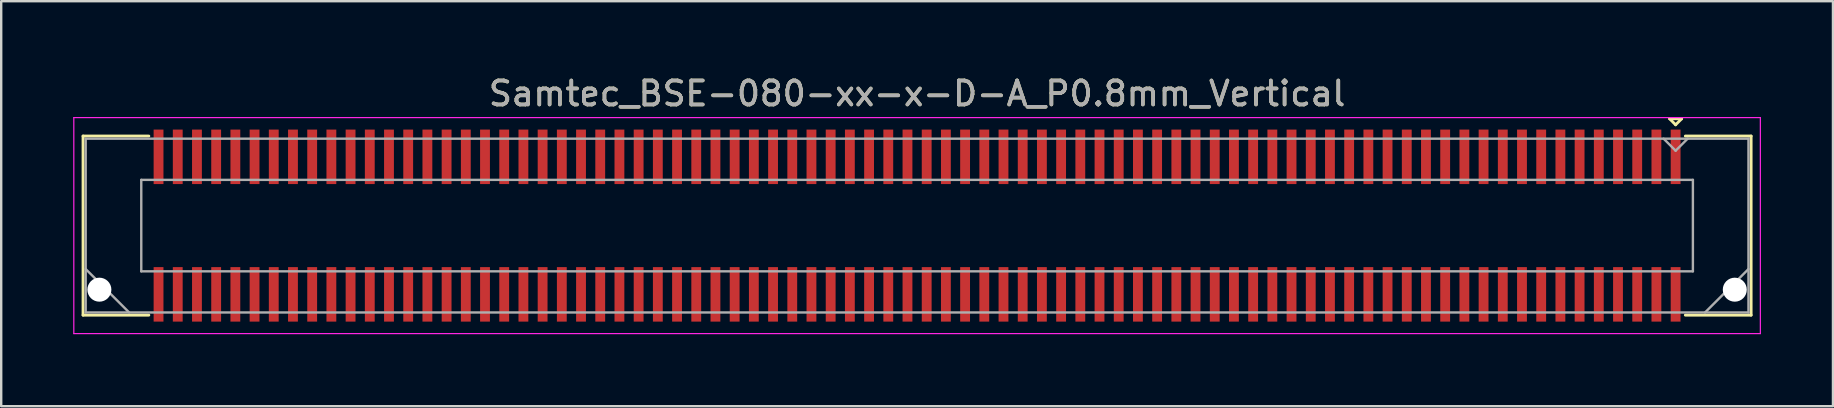
<source format=kicad_pcb>
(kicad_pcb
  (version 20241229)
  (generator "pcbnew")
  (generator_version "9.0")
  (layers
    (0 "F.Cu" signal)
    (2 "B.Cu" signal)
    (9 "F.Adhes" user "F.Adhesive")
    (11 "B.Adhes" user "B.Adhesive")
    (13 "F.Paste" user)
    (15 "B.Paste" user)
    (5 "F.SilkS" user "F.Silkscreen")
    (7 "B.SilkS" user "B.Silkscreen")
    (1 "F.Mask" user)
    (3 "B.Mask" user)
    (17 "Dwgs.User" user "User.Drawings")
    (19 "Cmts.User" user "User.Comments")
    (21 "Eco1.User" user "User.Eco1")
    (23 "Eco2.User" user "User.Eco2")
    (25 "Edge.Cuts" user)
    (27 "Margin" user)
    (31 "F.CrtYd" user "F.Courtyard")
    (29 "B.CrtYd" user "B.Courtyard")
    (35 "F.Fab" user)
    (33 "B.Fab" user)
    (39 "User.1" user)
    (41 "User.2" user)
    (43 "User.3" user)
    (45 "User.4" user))
  (footprint "Samtec_BSE-080-xx-x-D-A_P0.8mm_Vertical"
    (layer "F.Cu")
    (at 35.155 6.348)
    (property "Reference" "Samtec_BSE-080-xx-x-D-A_P0.8mm_Vertical" (at 0 -5.5 0) (layer "F.SilkS") (effects (font (size 1 1) (thickness 0.15))))
    (attr smd)
    (fp_line (start -34.745 -3.73) (end -32.005 -3.73) (stroke (width 0.12) (type solid)) (layer "F.SilkS"))
    (fp_line (start -34.745 3.73) (end -34.745 -3.73) (stroke (width 0.12) (type solid)) (layer "F.SilkS"))
    (fp_line (start -32.005 3.73) (end -34.745 3.73) (stroke (width 0.12) (type solid)) (layer "F.SilkS"))
    (fp_line (start 31.35 -4.45) (end 31.85 -4.45) (stroke (width 0.12) (type solid)) (layer "F.SilkS"))
    (fp_line (start 31.6 -4.2) (end 31.35 -4.45) (stroke (width 0.12) (type solid)) (layer "F.SilkS"))
    (fp_line (start 31.85 -4.45) (end 31.6 -4.2) (stroke (width 0.12) (type solid)) (layer "F.SilkS"))
    (fp_line (start 32.005 3.73) (end 34.745 3.73) (stroke (width 0.12) (type solid)) (layer "F.SilkS"))
    (fp_line (start 34.745 -3.73) (end 32.005 -3.73) (stroke (width 0.12) (type solid)) (layer "F.SilkS"))
    (fp_line (start 34.745 3.73) (end 34.745 -3.73) (stroke (width 0.12) (type solid)) (layer "F.SilkS"))
    (fp_line (start -35.13 -4.5) (end -35.13 4.5) (stroke (width 0.05) (type solid)) (layer "F.CrtYd"))
    (fp_line (start -35.13 4.5) (end 35.13 4.5) (stroke (width 0.05) (type solid)) (layer "F.CrtYd"))
    (fp_line (start 35.13 -4.5) (end -35.13 -4.5) (stroke (width 0.05) (type solid)) (layer "F.CrtYd"))
    (fp_line (start 35.13 4.5) (end 35.13 -4.5) (stroke (width 0.05) (type solid)) (layer "F.CrtYd"))
    (fp_line (start -34.635 -3.62) (end -34.635 3.62) (stroke (width 0.1) (type solid)) (layer "F.Fab"))
    (fp_line (start -34.635 1.81) (end -32.825 3.62) (stroke (width 0.1) (type solid)) (layer "F.Fab"))
    (fp_line (start -34.635 3.62) (end 34.635 3.62) (stroke (width 0.1) (type solid)) (layer "F.Fab"))
    (fp_line (start -32.32 -1.905) (end -32.32 1.905) (stroke (width 0.1) (type solid)) (layer "F.Fab"))
    (fp_line (start -32.32 1.905) (end 32.32 1.905) (stroke (width 0.1) (type solid)) (layer "F.Fab"))
    (fp_line (start 31.6 -3.12) (end 31.1 -3.62) (stroke (width 0.1) (type solid)) (layer "F.Fab"))
    (fp_line (start 32.1 -3.62) (end 31.6 -3.12) (stroke (width 0.1) (type solid)) (layer "F.Fab"))
    (fp_line (start 32.32 -1.905) (end -32.32 -1.905) (stroke (width 0.1) (type solid)) (layer "F.Fab"))
    (fp_line (start 32.32 1.905) (end 32.32 -1.905) (stroke (width 0.1) (type solid)) (layer "F.Fab"))
    (fp_line (start 34.635 -3.62) (end -34.635 -3.62) (stroke (width 0.1) (type solid)) (layer "F.Fab"))
    (fp_line (start 34.635 1.81) (end 32.825 3.62) (stroke (width 0.1) (type solid)) (layer "F.Fab"))
    (fp_line (start 34.635 3.62) (end 34.635 -3.62) (stroke (width 0.1) (type solid)) (layer "F.Fab"))
    (fp_text user "${REFERENCE}" (at 0 -5.5 0) (layer "F.Fab") (effects (font (size 1 1) (thickness 0.15))))
    (pad "" np_thru_hole circle (at -34.065 2.67) (size 1 1) (drill 1) (layers "*.Cu" "*.Mask"))
    (pad "" np_thru_hole circle (at 34.065 2.67) (size 1 1) (drill 1) (layers "*.Cu" "*.Mask"))
    (pad "1" smd rect (at 31.6 -2.865) (size 0.41 2.27) (layers "F.Cu" "F.Mask" "F.Paste"))
    (pad "2" smd rect (at 31.6 2.865) (size 0.41 2.27) (layers "F.Cu" "F.Mask" "F.Paste"))
    (pad "3" smd rect (at 30.8 -2.865) (size 0.41 2.27) (layers "F.Cu" "F.Mask" "F.Paste"))
    (pad "4" smd rect (at 30.8 2.865) (size 0.41 2.27) (layers "F.Cu" "F.Mask" "F.Paste"))
    (pad "5" smd rect (at 30 -2.865) (size 0.41 2.27) (layers "F.Cu" "F.Mask" "F.Paste"))
    (pad "6" smd rect (at 30 2.865) (size 0.41 2.27) (layers "F.Cu" "F.Mask" "F.Paste"))
    (pad "7" smd rect (at 29.2 -2.865) (size 0.41 2.27) (layers "F.Cu" "F.Mask" "F.Paste"))
    (pad "8" smd rect (at 29.2 2.865) (size 0.41 2.27) (layers "F.Cu" "F.Mask" "F.Paste"))
    (pad "9" smd rect (at 28.4 -2.865) (size 0.41 2.27) (layers "F.Cu" "F.Mask" "F.Paste"))
    (pad "10" smd rect (at 28.4 2.865) (size 0.41 2.27) (layers "F.Cu" "F.Mask" "F.Paste"))
    (pad "11" smd rect (at 27.6 -2.865) (size 0.41 2.27) (layers "F.Cu" "F.Mask" "F.Paste"))
    (pad "12" smd rect (at 27.6 2.865) (size 0.41 2.27) (layers "F.Cu" "F.Mask" "F.Paste"))
    (pad "13" smd rect (at 26.8 -2.865) (size 0.41 2.27) (layers "F.Cu" "F.Mask" "F.Paste"))
    (pad "14" smd rect (at 26.8 2.865) (size 0.41 2.27) (layers "F.Cu" "F.Mask" "F.Paste"))
    (pad "15" smd rect (at 26 -2.865) (size 0.41 2.27) (layers "F.Cu" "F.Mask" "F.Paste"))
    (pad "16" smd rect (at 26 2.865) (size 0.41 2.27) (layers "F.Cu" "F.Mask" "F.Paste"))
    (pad "17" smd rect (at 25.2 -2.865) (size 0.41 2.27) (layers "F.Cu" "F.Mask" "F.Paste"))
    (pad "18" smd rect (at 25.2 2.865) (size 0.41 2.27) (layers "F.Cu" "F.Mask" "F.Paste"))
    (pad "19" smd rect (at 24.4 -2.865) (size 0.41 2.27) (layers "F.Cu" "F.Mask" "F.Paste"))
    (pad "20" smd rect (at 24.4 2.865) (size 0.41 2.27) (layers "F.Cu" "F.Mask" "F.Paste"))
    (pad "21" smd rect (at 23.6 -2.865) (size 0.41 2.27) (layers "F.Cu" "F.Mask" "F.Paste"))
    (pad "22" smd rect (at 23.6 2.865) (size 0.41 2.27) (layers "F.Cu" "F.Mask" "F.Paste"))
    (pad "23" smd rect (at 22.8 -2.865) (size 0.41 2.27) (layers "F.Cu" "F.Mask" "F.Paste"))
    (pad "24" smd rect (at 22.8 2.865) (size 0.41 2.27) (layers "F.Cu" "F.Mask" "F.Paste"))
    (pad "25" smd rect (at 22 -2.865) (size 0.41 2.27) (layers "F.Cu" "F.Mask" "F.Paste"))
    (pad "26" smd rect (at 22 2.865) (size 0.41 2.27) (layers "F.Cu" "F.Mask" "F.Paste"))
    (pad "27" smd rect (at 21.2 -2.865) (size 0.41 2.27) (layers "F.Cu" "F.Mask" "F.Paste"))
    (pad "28" smd rect (at 21.2 2.865) (size 0.41 2.27) (layers "F.Cu" "F.Mask" "F.Paste"))
    (pad "29" smd rect (at 20.4 -2.865) (size 0.41 2.27) (layers "F.Cu" "F.Mask" "F.Paste"))
    (pad "30" smd rect (at 20.4 2.865) (size 0.41 2.27) (layers "F.Cu" "F.Mask" "F.Paste"))
    (pad "31" smd rect (at 19.6 -2.865) (size 0.41 2.27) (layers "F.Cu" "F.Mask" "F.Paste"))
    (pad "32" smd rect (at 19.6 2.865) (size 0.41 2.27) (layers "F.Cu" "F.Mask" "F.Paste"))
    (pad "33" smd rect (at 18.8 -2.865) (size 0.41 2.27) (layers "F.Cu" "F.Mask" "F.Paste"))
    (pad "34" smd rect (at 18.8 2.865) (size 0.41 2.27) (layers "F.Cu" "F.Mask" "F.Paste"))
    (pad "35" smd rect (at 18 -2.865) (size 0.41 2.27) (layers "F.Cu" "F.Mask" "F.Paste"))
    (pad "36" smd rect (at 18 2.865) (size 0.41 2.27) (layers "F.Cu" "F.Mask" "F.Paste"))
    (pad "37" smd rect (at 17.2 -2.865) (size 0.41 2.27) (layers "F.Cu" "F.Mask" "F.Paste"))
    (pad "38" smd rect (at 17.2 2.865) (size 0.41 2.27) (layers "F.Cu" "F.Mask" "F.Paste"))
    (pad "39" smd rect (at 16.4 -2.865) (size 0.41 2.27) (layers "F.Cu" "F.Mask" "F.Paste"))
    (pad "40" smd rect (at 16.4 2.865) (size 0.41 2.27) (layers "F.Cu" "F.Mask" "F.Paste"))
    (pad "41" smd rect (at 15.6 -2.865) (size 0.41 2.27) (layers "F.Cu" "F.Mask" "F.Paste"))
    (pad "42" smd rect (at 15.6 2.865) (size 0.41 2.27) (layers "F.Cu" "F.Mask" "F.Paste"))
    (pad "43" smd rect (at 14.8 -2.865) (size 0.41 2.27) (layers "F.Cu" "F.Mask" "F.Paste"))
    (pad "44" smd rect (at 14.8 2.865) (size 0.41 2.27) (layers "F.Cu" "F.Mask" "F.Paste"))
    (pad "45" smd rect (at 14 -2.865) (size 0.41 2.27) (layers "F.Cu" "F.Mask" "F.Paste"))
    (pad "46" smd rect (at 14 2.865) (size 0.41 2.27) (layers "F.Cu" "F.Mask" "F.Paste"))
    (pad "47" smd rect (at 13.2 -2.865) (size 0.41 2.27) (layers "F.Cu" "F.Mask" "F.Paste"))
    (pad "48" smd rect (at 13.2 2.865) (size 0.41 2.27) (layers "F.Cu" "F.Mask" "F.Paste"))
    (pad "49" smd rect (at 12.4 -2.865) (size 0.41 2.27) (layers "F.Cu" "F.Mask" "F.Paste"))
    (pad "50" smd rect (at 12.4 2.865) (size 0.41 2.27) (layers "F.Cu" "F.Mask" "F.Paste"))
    (pad "51" smd rect (at 11.6 -2.865) (size 0.41 2.27) (layers "F.Cu" "F.Mask" "F.Paste"))
    (pad "52" smd rect (at 11.6 2.865) (size 0.41 2.27) (layers "F.Cu" "F.Mask" "F.Paste"))
    (pad "53" smd rect (at 10.8 -2.865) (size 0.41 2.27) (layers "F.Cu" "F.Mask" "F.Paste"))
    (pad "54" smd rect (at 10.8 2.865) (size 0.41 2.27) (layers "F.Cu" "F.Mask" "F.Paste"))
    (pad "55" smd rect (at 10 -2.865) (size 0.41 2.27) (layers "F.Cu" "F.Mask" "F.Paste"))
    (pad "56" smd rect (at 10 2.865) (size 0.41 2.27) (layers "F.Cu" "F.Mask" "F.Paste"))
    (pad "57" smd rect (at 9.2 -2.865) (size 0.41 2.27) (layers "F.Cu" "F.Mask" "F.Paste"))
    (pad "58" smd rect (at 9.2 2.865) (size 0.41 2.27) (layers "F.Cu" "F.Mask" "F.Paste"))
    (pad "59" smd rect (at 8.4 -2.865) (size 0.41 2.27) (layers "F.Cu" "F.Mask" "F.Paste"))
    (pad "60" smd rect (at 8.4 2.865) (size 0.41 2.27) (layers "F.Cu" "F.Mask" "F.Paste"))
    (pad "61" smd rect (at 7.6 -2.865) (size 0.41 2.27) (layers "F.Cu" "F.Mask" "F.Paste"))
    (pad "62" smd rect (at 7.6 2.865) (size 0.41 2.27) (layers "F.Cu" "F.Mask" "F.Paste"))
    (pad "63" smd rect (at 6.8 -2.865) (size 0.41 2.27) (layers "F.Cu" "F.Mask" "F.Paste"))
    (pad "64" smd rect (at 6.8 2.865) (size 0.41 2.27) (layers "F.Cu" "F.Mask" "F.Paste"))
    (pad "65" smd rect (at 6 -2.865) (size 0.41 2.27) (layers "F.Cu" "F.Mask" "F.Paste"))
    (pad "66" smd rect (at 6 2.865) (size 0.41 2.27) (layers "F.Cu" "F.Mask" "F.Paste"))
    (pad "67" smd rect (at 5.2 -2.865) (size 0.41 2.27) (layers "F.Cu" "F.Mask" "F.Paste"))
    (pad "68" smd rect (at 5.2 2.865) (size 0.41 2.27) (layers "F.Cu" "F.Mask" "F.Paste"))
    (pad "69" smd rect (at 4.4 -2.865) (size 0.41 2.27) (layers "F.Cu" "F.Mask" "F.Paste"))
    (pad "70" smd rect (at 4.4 2.865) (size 0.41 2.27) (layers "F.Cu" "F.Mask" "F.Paste"))
    (pad "71" smd rect (at 3.6 -2.865) (size 0.41 2.27) (layers "F.Cu" "F.Mask" "F.Paste"))
    (pad "72" smd rect (at 3.6 2.865) (size 0.41 2.27) (layers "F.Cu" "F.Mask" "F.Paste"))
    (pad "73" smd rect (at 2.8 -2.865) (size 0.41 2.27) (layers "F.Cu" "F.Mask" "F.Paste"))
    (pad "74" smd rect (at 2.8 2.865) (size 0.41 2.27) (layers "F.Cu" "F.Mask" "F.Paste"))
    (pad "75" smd rect (at 2 -2.865) (size 0.41 2.27) (layers "F.Cu" "F.Mask" "F.Paste"))
    (pad "76" smd rect (at 2 2.865) (size 0.41 2.27) (layers "F.Cu" "F.Mask" "F.Paste"))
    (pad "77" smd rect (at 1.2 -2.865) (size 0.41 2.27) (layers "F.Cu" "F.Mask" "F.Paste"))
    (pad "78" smd rect (at 1.2 2.865) (size 0.41 2.27) (layers "F.Cu" "F.Mask" "F.Paste"))
    (pad "79" smd rect (at 0.4 -2.865) (size 0.41 2.27) (layers "F.Cu" "F.Mask" "F.Paste"))
    (pad "80" smd rect (at 0.4 2.865) (size 0.41 2.27) (layers "F.Cu" "F.Mask" "F.Paste"))
    (pad "81" smd rect (at -0.4 -2.865) (size 0.41 2.27) (layers "F.Cu" "F.Mask" "F.Paste"))
    (pad "82" smd rect (at -0.4 2.865) (size 0.41 2.27) (layers "F.Cu" "F.Mask" "F.Paste"))
    (pad "83" smd rect (at -1.2 -2.865) (size 0.41 2.27) (layers "F.Cu" "F.Mask" "F.Paste"))
    (pad "84" smd rect (at -1.2 2.865) (size 0.41 2.27) (layers "F.Cu" "F.Mask" "F.Paste"))
    (pad "85" smd rect (at -2 -2.865) (size 0.41 2.27) (layers "F.Cu" "F.Mask" "F.Paste"))
    (pad "86" smd rect (at -2 2.865) (size 0.41 2.27) (layers "F.Cu" "F.Mask" "F.Paste"))
    (pad "87" smd rect (at -2.8 -2.865) (size 0.41 2.27) (layers "F.Cu" "F.Mask" "F.Paste"))
    (pad "88" smd rect (at -2.8 2.865) (size 0.41 2.27) (layers "F.Cu" "F.Mask" "F.Paste"))
    (pad "89" smd rect (at -3.6 -2.865) (size 0.41 2.27) (layers "F.Cu" "F.Mask" "F.Paste"))
    (pad "90" smd rect (at -3.6 2.865) (size 0.41 2.27) (layers "F.Cu" "F.Mask" "F.Paste"))
    (pad "91" smd rect (at -4.4 -2.865) (size 0.41 2.27) (layers "F.Cu" "F.Mask" "F.Paste"))
    (pad "92" smd rect (at -4.4 2.865) (size 0.41 2.27) (layers "F.Cu" "F.Mask" "F.Paste"))
    (pad "93" smd rect (at -5.2 -2.865) (size 0.41 2.27) (layers "F.Cu" "F.Mask" "F.Paste"))
    (pad "94" smd rect (at -5.2 2.865) (size 0.41 2.27) (layers "F.Cu" "F.Mask" "F.Paste"))
    (pad "95" smd rect (at -6 -2.865) (size 0.41 2.27) (layers "F.Cu" "F.Mask" "F.Paste"))
    (pad "96" smd rect (at -6 2.865) (size 0.41 2.27) (layers "F.Cu" "F.Mask" "F.Paste"))
    (pad "97" smd rect (at -6.8 -2.865) (size 0.41 2.27) (layers "F.Cu" "F.Mask" "F.Paste"))
    (pad "98" smd rect (at -6.8 2.865) (size 0.41 2.27) (layers "F.Cu" "F.Mask" "F.Paste"))
    (pad "99" smd rect (at -7.6 -2.865) (size 0.41 2.27) (layers "F.Cu" "F.Mask" "F.Paste"))
    (pad "100" smd rect (at -7.6 2.865) (size 0.41 2.27) (layers "F.Cu" "F.Mask" "F.Paste"))
    (pad "101" smd rect (at -8.4 -2.865) (size 0.41 2.27) (layers "F.Cu" "F.Mask" "F.Paste"))
    (pad "102" smd rect (at -8.4 2.865) (size 0.41 2.27) (layers "F.Cu" "F.Mask" "F.Paste"))
    (pad "103" smd rect (at -9.2 -2.865) (size 0.41 2.27) (layers "F.Cu" "F.Mask" "F.Paste"))
    (pad "104" smd rect (at -9.2 2.865) (size 0.41 2.27) (layers "F.Cu" "F.Mask" "F.Paste"))
    (pad "105" smd rect (at -10 -2.865) (size 0.41 2.27) (layers "F.Cu" "F.Mask" "F.Paste"))
    (pad "106" smd rect (at -10 2.865) (size 0.41 2.27) (layers "F.Cu" "F.Mask" "F.Paste"))
    (pad "107" smd rect (at -10.8 -2.865) (size 0.41 2.27) (layers "F.Cu" "F.Mask" "F.Paste"))
    (pad "108" smd rect (at -10.8 2.865) (size 0.41 2.27) (layers "F.Cu" "F.Mask" "F.Paste"))
    (pad "109" smd rect (at -11.6 -2.865) (size 0.41 2.27) (layers "F.Cu" "F.Mask" "F.Paste"))
    (pad "110" smd rect (at -11.6 2.865) (size 0.41 2.27) (layers "F.Cu" "F.Mask" "F.Paste"))
    (pad "111" smd rect (at -12.4 -2.865) (size 0.41 2.27) (layers "F.Cu" "F.Mask" "F.Paste"))
    (pad "112" smd rect (at -12.4 2.865) (size 0.41 2.27) (layers "F.Cu" "F.Mask" "F.Paste"))
    (pad "113" smd rect (at -13.2 -2.865) (size 0.41 2.27) (layers "F.Cu" "F.Mask" "F.Paste"))
    (pad "114" smd rect (at -13.2 2.865) (size 0.41 2.27) (layers "F.Cu" "F.Mask" "F.Paste"))
    (pad "115" smd rect (at -14 -2.865) (size 0.41 2.27) (layers "F.Cu" "F.Mask" "F.Paste"))
    (pad "116" smd rect (at -14 2.865) (size 0.41 2.27) (layers "F.Cu" "F.Mask" "F.Paste"))
    (pad "117" smd rect (at -14.8 -2.865) (size 0.41 2.27) (layers "F.Cu" "F.Mask" "F.Paste"))
    (pad "118" smd rect (at -14.8 2.865) (size 0.41 2.27) (layers "F.Cu" "F.Mask" "F.Paste"))
    (pad "119" smd rect (at -15.6 -2.865) (size 0.41 2.27) (layers "F.Cu" "F.Mask" "F.Paste"))
    (pad "120" smd rect (at -15.6 2.865) (size 0.41 2.27) (layers "F.Cu" "F.Mask" "F.Paste"))
    (pad "121" smd rect (at -16.4 -2.865) (size 0.41 2.27) (layers "F.Cu" "F.Mask" "F.Paste"))
    (pad "122" smd rect (at -16.4 2.865) (size 0.41 2.27) (layers "F.Cu" "F.Mask" "F.Paste"))
    (pad "123" smd rect (at -17.2 -2.865) (size 0.41 2.27) (layers "F.Cu" "F.Mask" "F.Paste"))
    (pad "124" smd rect (at -17.2 2.865) (size 0.41 2.27) (layers "F.Cu" "F.Mask" "F.Paste"))
    (pad "125" smd rect (at -18 -2.865) (size 0.41 2.27) (layers "F.Cu" "F.Mask" "F.Paste"))
    (pad "126" smd rect (at -18 2.865) (size 0.41 2.27) (layers "F.Cu" "F.Mask" "F.Paste"))
    (pad "127" smd rect (at -18.8 -2.865) (size 0.41 2.27) (layers "F.Cu" "F.Mask" "F.Paste"))
    (pad "128" smd rect (at -18.8 2.865) (size 0.41 2.27) (layers "F.Cu" "F.Mask" "F.Paste"))
    (pad "129" smd rect (at -19.6 -2.865) (size 0.41 2.27) (layers "F.Cu" "F.Mask" "F.Paste"))
    (pad "130" smd rect (at -19.6 2.865) (size 0.41 2.27) (layers "F.Cu" "F.Mask" "F.Paste"))
    (pad "131" smd rect (at -20.4 -2.865) (size 0.41 2.27) (layers "F.Cu" "F.Mask" "F.Paste"))
    (pad "132" smd rect (at -20.4 2.865) (size 0.41 2.27) (layers "F.Cu" "F.Mask" "F.Paste"))
    (pad "133" smd rect (at -21.2 -2.865) (size 0.41 2.27) (layers "F.Cu" "F.Mask" "F.Paste"))
    (pad "134" smd rect (at -21.2 2.865) (size 0.41 2.27) (layers "F.Cu" "F.Mask" "F.Paste"))
    (pad "135" smd rect (at -22 -2.865) (size 0.41 2.27) (layers "F.Cu" "F.Mask" "F.Paste"))
    (pad "136" smd rect (at -22 2.865) (size 0.41 2.27) (layers "F.Cu" "F.Mask" "F.Paste"))
    (pad "137" smd rect (at -22.8 -2.865) (size 0.41 2.27) (layers "F.Cu" "F.Mask" "F.Paste"))
    (pad "138" smd rect (at -22.8 2.865) (size 0.41 2.27) (layers "F.Cu" "F.Mask" "F.Paste"))
    (pad "139" smd rect (at -23.6 -2.865) (size 0.41 2.27) (layers "F.Cu" "F.Mask" "F.Paste"))
    (pad "140" smd rect (at -23.6 2.865) (size 0.41 2.27) (layers "F.Cu" "F.Mask" "F.Paste"))
    (pad "141" smd rect (at -24.4 -2.865) (size 0.41 2.27) (layers "F.Cu" "F.Mask" "F.Paste"))
    (pad "142" smd rect (at -24.4 2.865) (size 0.41 2.27) (layers "F.Cu" "F.Mask" "F.Paste"))
    (pad "143" smd rect (at -25.2 -2.865) (size 0.41 2.27) (layers "F.Cu" "F.Mask" "F.Paste"))
    (pad "144" smd rect (at -25.2 2.865) (size 0.41 2.27) (layers "F.Cu" "F.Mask" "F.Paste"))
    (pad "145" smd rect (at -26 -2.865) (size 0.41 2.27) (layers "F.Cu" "F.Mask" "F.Paste"))
    (pad "146" smd rect (at -26 2.865) (size 0.41 2.27) (layers "F.Cu" "F.Mask" "F.Paste"))
    (pad "147" smd rect (at -26.8 -2.865) (size 0.41 2.27) (layers "F.Cu" "F.Mask" "F.Paste"))
    (pad "148" smd rect (at -26.8 2.865) (size 0.41 2.27) (layers "F.Cu" "F.Mask" "F.Paste"))
    (pad "149" smd rect (at -27.6 -2.865) (size 0.41 2.27) (layers "F.Cu" "F.Mask" "F.Paste"))
    (pad "150" smd rect (at -27.6 2.865) (size 0.41 2.27) (layers "F.Cu" "F.Mask" "F.Paste"))
    (pad "151" smd rect (at -28.4 -2.865) (size 0.41 2.27) (layers "F.Cu" "F.Mask" "F.Paste"))
    (pad "152" smd rect (at -28.4 2.865) (size 0.41 2.27) (layers "F.Cu" "F.Mask" "F.Paste"))
    (pad "153" smd rect (at -29.2 -2.865) (size 0.41 2.27) (layers "F.Cu" "F.Mask" "F.Paste"))
    (pad "154" smd rect (at -29.2 2.865) (size 0.41 2.27) (layers "F.Cu" "F.Mask" "F.Paste"))
    (pad "155" smd rect (at -30 -2.865) (size 0.41 2.27) (layers "F.Cu" "F.Mask" "F.Paste"))
    (pad "156" smd rect (at -30 2.865) (size 0.41 2.27) (layers "F.Cu" "F.Mask" "F.Paste"))
    (pad "157" smd rect (at -30.8 -2.865) (size 0.41 2.27) (layers "F.Cu" "F.Mask" "F.Paste"))
    (pad "158" smd rect (at -30.8 2.865) (size 0.41 2.27) (layers "F.Cu" "F.Mask" "F.Paste"))
    (pad "159" smd rect (at -31.6 -2.865) (size 0.41 2.27) (layers "F.Cu" "F.Mask" "F.Paste"))
    (pad "160" smd rect (at -31.6 2.865) (size 0.41 2.27) (layers "F.Cu" "F.Mask" "F.Paste")))
  (gr_rect
    (start -3 -3)
    (end 73.31 13.873)
    (stroke (width 0.1) (type default))
    (fill no)
    (layer "Edge.Cuts")))
</source>
